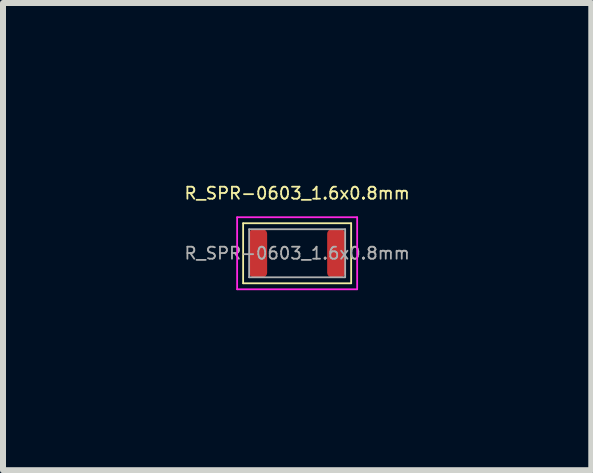
<source format=kicad_pcb>
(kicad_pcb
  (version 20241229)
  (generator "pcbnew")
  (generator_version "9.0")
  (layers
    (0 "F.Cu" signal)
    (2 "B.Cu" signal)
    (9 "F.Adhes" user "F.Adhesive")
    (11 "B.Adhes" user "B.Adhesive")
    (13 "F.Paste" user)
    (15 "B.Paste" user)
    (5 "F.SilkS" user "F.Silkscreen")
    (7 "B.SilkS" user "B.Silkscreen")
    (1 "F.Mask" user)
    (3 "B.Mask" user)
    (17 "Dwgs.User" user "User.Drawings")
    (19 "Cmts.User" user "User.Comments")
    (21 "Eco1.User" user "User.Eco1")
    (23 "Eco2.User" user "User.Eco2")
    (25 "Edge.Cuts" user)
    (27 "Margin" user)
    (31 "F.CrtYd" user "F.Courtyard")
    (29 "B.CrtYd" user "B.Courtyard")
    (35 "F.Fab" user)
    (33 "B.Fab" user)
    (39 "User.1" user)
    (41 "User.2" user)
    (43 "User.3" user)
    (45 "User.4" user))
  (footprint "R_SPR-0603_1.6x0.8mm"
    (layer "F.Cu")
    (at 1.901 1.17)
    (property "Reference" "R_SPR-0603_1.6x0.8mm" (at 0 -1 0) (unlocked yes) (layer "F.SilkS") (effects (font (size 0.2 0.2) (thickness 0.03))))
    (attr smd)
    (fp_line (start -0.9 0.5) (end -0.9 -0.5) (stroke (width 0.03) (type solid)) (layer "F.SilkS"))
    (fp_line (start 0.9 -0.5) (end -0.9 -0.5) (stroke (width 0.03) (type solid)) (layer "F.SilkS"))
    (fp_line (start 0.9 0.5) (end -0.9 0.5) (stroke (width 0.03) (type solid)) (layer "F.SilkS"))
    (fp_line (start 0.9 0.5) (end 0.9 -0.5) (stroke (width 0.03) (type solid)) (layer "F.SilkS"))
    (fp_line (start -1 0.6) (end -1 -0.6) (stroke (width 0.03) (type solid)) (layer "F.CrtYd"))
    (fp_line (start 1 -0.6) (end -1 -0.6) (stroke (width 0.03) (type solid)) (layer "F.CrtYd"))
    (fp_line (start 1 0.6) (end -1 0.6) (stroke (width 0.03) (type solid)) (layer "F.CrtYd"))
    (fp_line (start 1 0.6) (end 1 -0.6) (stroke (width 0.03) (type solid)) (layer "F.CrtYd"))
    (fp_line (start -0.8 -0.4) (end 0.8 -0.4) (stroke (width 0.03) (type solid)) (layer "F.Fab"))
    (fp_line (start -0.8 0.4) (end -0.8 -0.4) (stroke (width 0.03) (type solid)) (layer "F.Fab"))
    (fp_line (start 0.8 -0.4) (end 0.8 0.4) (stroke (width 0.03) (type solid)) (layer "F.Fab"))
    (fp_line (start 0.8 0.4) (end -0.8 0.4) (stroke (width 0.03) (type solid)) (layer "F.Fab"))
    (fp_text user "${REFERENCE}" (at 0 0 0) (unlocked yes) (layer "F.Fab") (effects (font (size 0.2 0.2) (thickness 0.03))))
    (pad "1" smd roundrect (at -0.65 0) (size 0.3 0.8) (layers "F.Cu" "F.Mask" "F.Paste") (roundrect_rratio 0.25))
    (pad "2" smd roundrect (at 0.65 0) (size 0.3 0.8) (layers "F.Cu" "F.Mask" "F.Paste") (roundrect_rratio 0.25)))
  (gr_rect
    (start -3 -3)
    (end 6.802 4.785)
    (stroke (width 0.1) (type default))
    (fill no)
    (layer "Edge.Cuts")))
</source>
